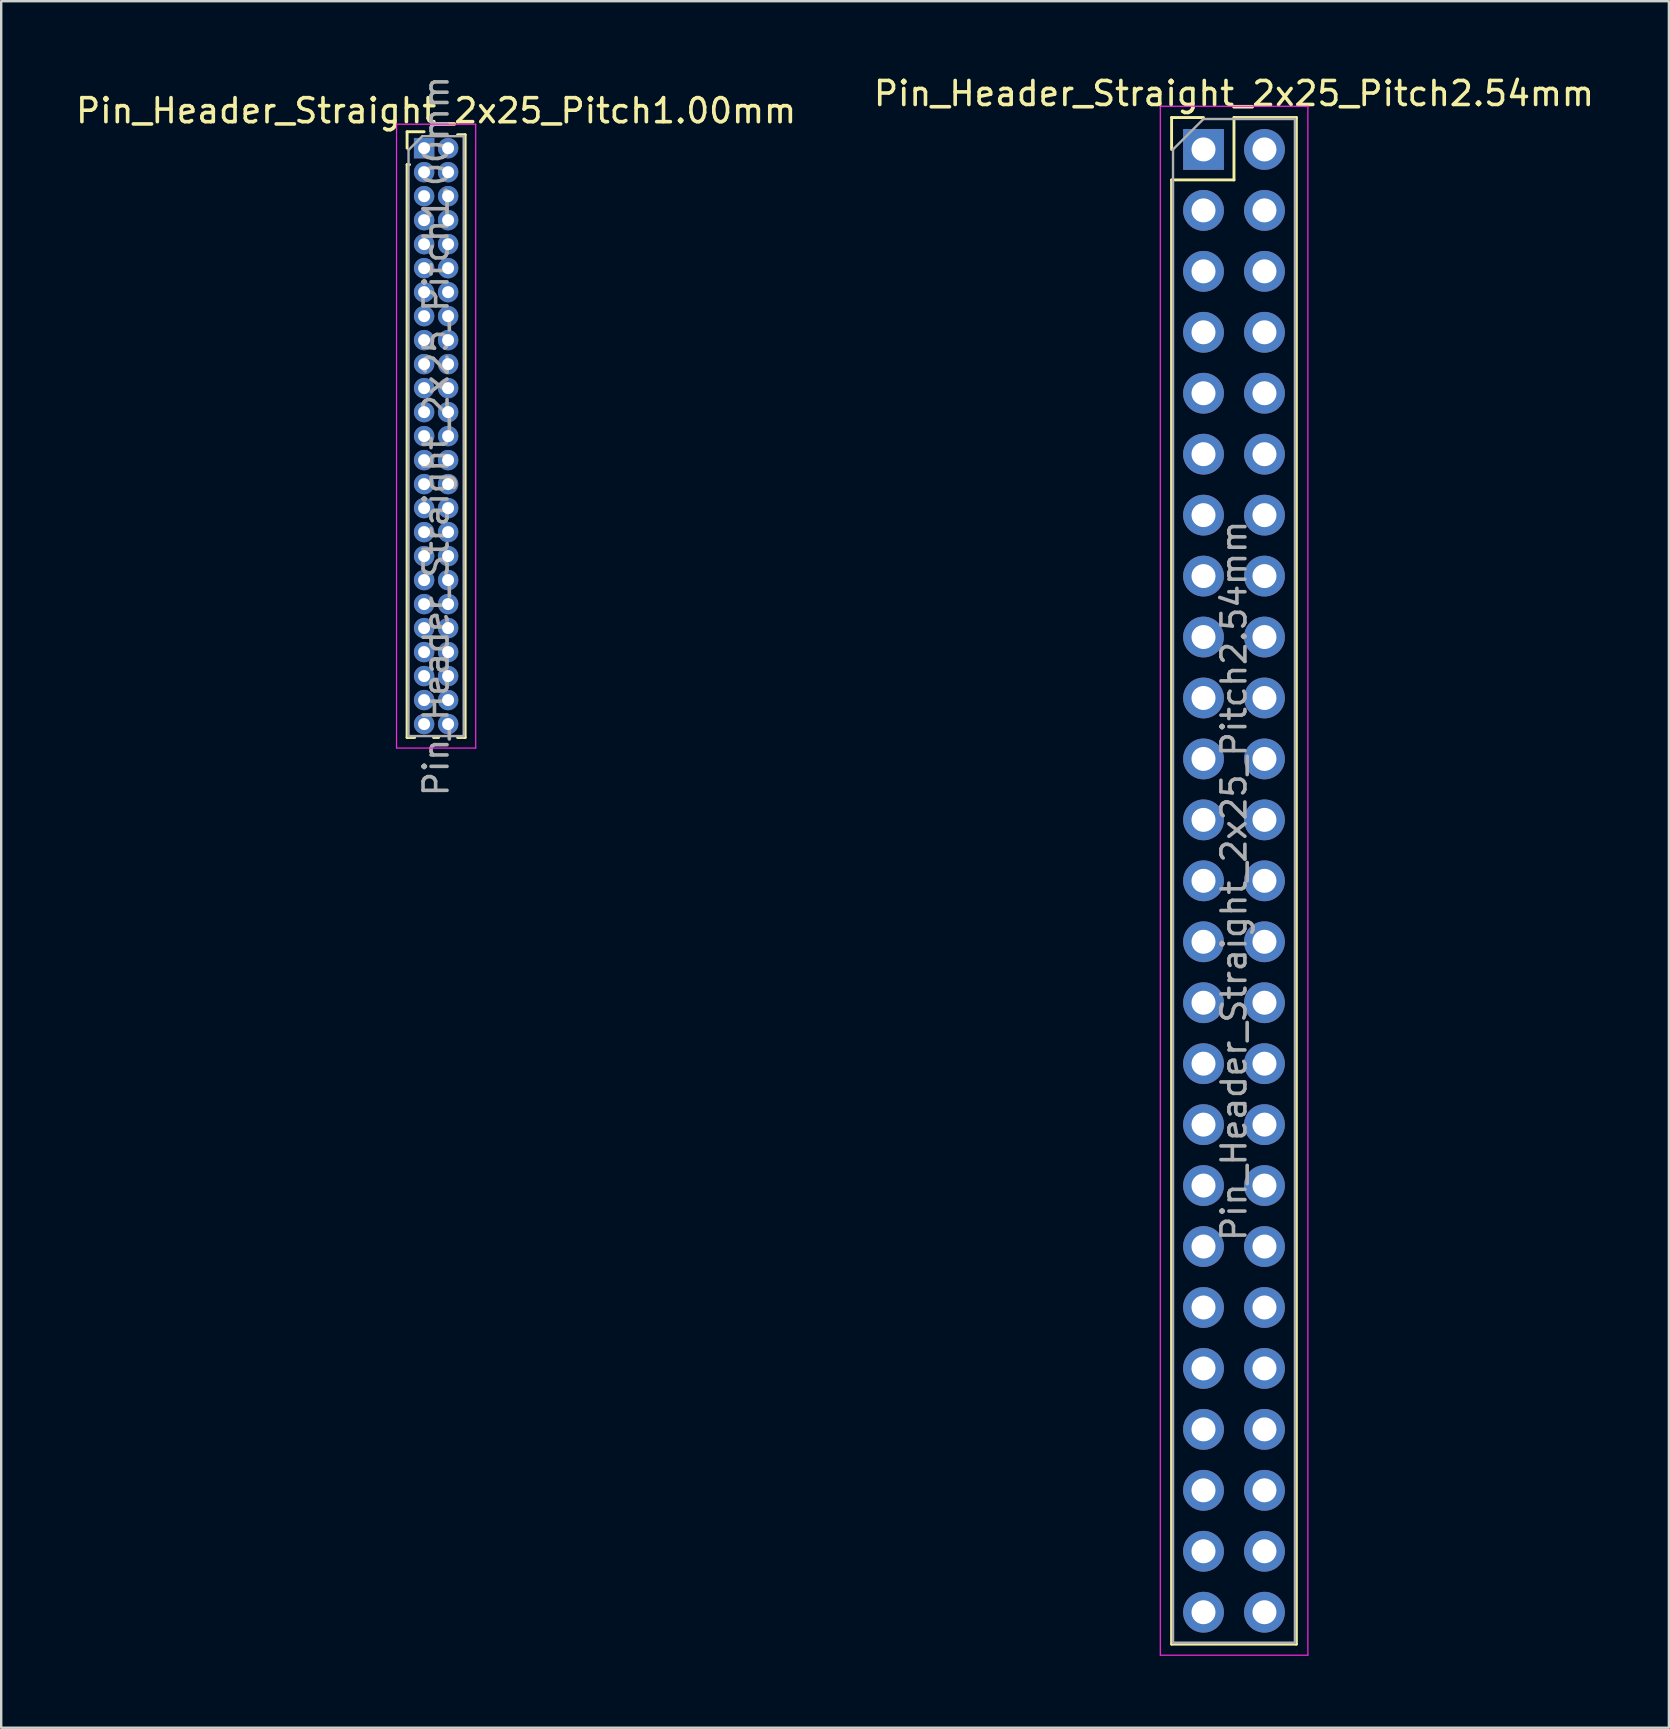
<source format=kicad_pcb>
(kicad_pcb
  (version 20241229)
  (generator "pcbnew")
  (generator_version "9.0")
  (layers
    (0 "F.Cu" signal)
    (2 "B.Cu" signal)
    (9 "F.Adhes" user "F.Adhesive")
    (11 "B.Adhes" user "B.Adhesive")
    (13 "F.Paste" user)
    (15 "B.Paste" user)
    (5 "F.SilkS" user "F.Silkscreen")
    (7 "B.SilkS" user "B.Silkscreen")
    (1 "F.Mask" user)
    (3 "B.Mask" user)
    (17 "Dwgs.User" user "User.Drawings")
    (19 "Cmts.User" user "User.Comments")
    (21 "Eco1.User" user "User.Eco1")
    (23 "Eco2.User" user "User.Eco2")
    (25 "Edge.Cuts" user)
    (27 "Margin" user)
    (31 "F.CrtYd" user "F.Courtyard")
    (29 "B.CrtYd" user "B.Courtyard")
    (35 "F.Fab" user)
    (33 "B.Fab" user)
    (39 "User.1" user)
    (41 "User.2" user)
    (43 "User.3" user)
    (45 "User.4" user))
  (footprint "Pin_Header_Straight_2x25_Pitch1.00mm"
    (layer "F.Cu")
    (at 14.625 3.125)
    (property "Reference" "Pin_Header_Straight_2x25_Pitch1.00mm" (at 0.5 -1.56 0) (layer "F.SilkS") (effects (font (size 1 1) (thickness 0.15))))
    (attr through_hole)
    (fp_line (start -0.71 -0.685) (end 0 -0.685) (stroke (width 0.12) (type solid)) (layer "F.SilkS"))
    (fp_line (start -0.71 0) (end -0.71 -0.685) (stroke (width 0.12) (type solid)) (layer "F.SilkS"))
    (fp_line (start -0.71 0.685) (end -0.71 24.56) (stroke (width 0.12) (type solid)) (layer "F.SilkS"))
    (fp_line (start -0.71 0.685) (end -0.608 0.685) (stroke (width 0.12) (type solid)) (layer "F.SilkS"))
    (fp_line (start -0.71 24.56) (end -0.394 24.56) (stroke (width 0.12) (type solid)) (layer "F.SilkS"))
    (fp_line (start 0.394 24.56) (end 0.606 24.56) (stroke (width 0.12) (type solid)) (layer "F.SilkS"))
    (fp_line (start 1.394 -0.56) (end 1.71 -0.56) (stroke (width 0.12) (type solid)) (layer "F.SilkS"))
    (fp_line (start 1.394 24.56) (end 1.71 24.56) (stroke (width 0.12) (type solid)) (layer "F.SilkS"))
    (fp_line (start 1.71 -0.56) (end 1.71 24.56) (stroke (width 0.12) (type solid)) (layer "F.SilkS"))
    (fp_line (start -1.15 -1) (end -1.15 25) (stroke (width 0.05) (type solid)) (layer "F.CrtYd"))
    (fp_line (start -1.15 25) (end 2.15 25) (stroke (width 0.05) (type solid)) (layer "F.CrtYd"))
    (fp_line (start 2.15 -1) (end -1.15 -1) (stroke (width 0.05) (type solid)) (layer "F.CrtYd"))
    (fp_line (start 2.15 25) (end 2.15 -1) (stroke (width 0.05) (type solid)) (layer "F.CrtYd"))
    (fp_line (start -0.65 0.075) (end -0.075 -0.5) (stroke (width 0.1) (type solid)) (layer "F.Fab"))
    (fp_line (start -0.65 24.5) (end -0.65 0.075) (stroke (width 0.1) (type solid)) (layer "F.Fab"))
    (fp_line (start -0.075 -0.5) (end 1.65 -0.5) (stroke (width 0.1) (type solid)) (layer "F.Fab"))
    (fp_line (start 1.65 -0.5) (end 1.65 24.5) (stroke (width 0.1) (type solid)) (layer "F.Fab"))
    (fp_line (start 1.65 24.5) (end -0.65 24.5) (stroke (width 0.1) (type solid)) (layer "F.Fab"))
    (fp_text user "${REFERENCE}" (at 0.5 12 90) (layer "F.Fab") (effects (font (size 1 1) (thickness 0.15))))
    (pad "1" thru_hole rect (at 0 0) (size 0.85 0.85) (drill 0.5) (layers "*.Cu" "*.Mask"))
    (pad "2" thru_hole oval (at 1 0) (size 0.85 0.85) (drill 0.5) (layers "*.Cu" "*.Mask"))
    (pad "3" thru_hole oval (at 0 1) (size 0.85 0.85) (drill 0.5) (layers "*.Cu" "*.Mask"))
    (pad "4" thru_hole oval (at 1 1) (size 0.85 0.85) (drill 0.5) (layers "*.Cu" "*.Mask"))
    (pad "5" thru_hole oval (at 0 2) (size 0.85 0.85) (drill 0.5) (layers "*.Cu" "*.Mask"))
    (pad "6" thru_hole oval (at 1 2) (size 0.85 0.85) (drill 0.5) (layers "*.Cu" "*.Mask"))
    (pad "7" thru_hole oval (at 0 3) (size 0.85 0.85) (drill 0.5) (layers "*.Cu" "*.Mask"))
    (pad "8" thru_hole oval (at 1 3) (size 0.85 0.85) (drill 0.5) (layers "*.Cu" "*.Mask"))
    (pad "9" thru_hole oval (at 0 4) (size 0.85 0.85) (drill 0.5) (layers "*.Cu" "*.Mask"))
    (pad "10" thru_hole oval (at 1 4) (size 0.85 0.85) (drill 0.5) (layers "*.Cu" "*.Mask"))
    (pad "11" thru_hole oval (at 0 5) (size 0.85 0.85) (drill 0.5) (layers "*.Cu" "*.Mask"))
    (pad "12" thru_hole oval (at 1 5) (size 0.85 0.85) (drill 0.5) (layers "*.Cu" "*.Mask"))
    (pad "13" thru_hole oval (at 0 6) (size 0.85 0.85) (drill 0.5) (layers "*.Cu" "*.Mask"))
    (pad "14" thru_hole oval (at 1 6) (size 0.85 0.85) (drill 0.5) (layers "*.Cu" "*.Mask"))
    (pad "15" thru_hole oval (at 0 7) (size 0.85 0.85) (drill 0.5) (layers "*.Cu" "*.Mask"))
    (pad "16" thru_hole oval (at 1 7) (size 0.85 0.85) (drill 0.5) (layers "*.Cu" "*.Mask"))
    (pad "17" thru_hole oval (at 0 8) (size 0.85 0.85) (drill 0.5) (layers "*.Cu" "*.Mask"))
    (pad "18" thru_hole oval (at 1 8) (size 0.85 0.85) (drill 0.5) (layers "*.Cu" "*.Mask"))
    (pad "19" thru_hole oval (at 0 9) (size 0.85 0.85) (drill 0.5) (layers "*.Cu" "*.Mask"))
    (pad "20" thru_hole oval (at 1 9) (size 0.85 0.85) (drill 0.5) (layers "*.Cu" "*.Mask"))
    (pad "21" thru_hole oval (at 0 10) (size 0.85 0.85) (drill 0.5) (layers "*.Cu" "*.Mask"))
    (pad "22" thru_hole oval (at 1 10) (size 0.85 0.85) (drill 0.5) (layers "*.Cu" "*.Mask"))
    (pad "23" thru_hole oval (at 0 11) (size 0.85 0.85) (drill 0.5) (layers "*.Cu" "*.Mask"))
    (pad "24" thru_hole oval (at 1 11) (size 0.85 0.85) (drill 0.5) (layers "*.Cu" "*.Mask"))
    (pad "25" thru_hole oval (at 0 12) (size 0.85 0.85) (drill 0.5) (layers "*.Cu" "*.Mask"))
    (pad "26" thru_hole oval (at 1 12) (size 0.85 0.85) (drill 0.5) (layers "*.Cu" "*.Mask"))
    (pad "27" thru_hole oval (at 0 13) (size 0.85 0.85) (drill 0.5) (layers "*.Cu" "*.Mask"))
    (pad "28" thru_hole oval (at 1 13) (size 0.85 0.85) (drill 0.5) (layers "*.Cu" "*.Mask"))
    (pad "29" thru_hole oval (at 0 14) (size 0.85 0.85) (drill 0.5) (layers "*.Cu" "*.Mask"))
    (pad "30" thru_hole oval (at 1 14) (size 0.85 0.85) (drill 0.5) (layers "*.Cu" "*.Mask"))
    (pad "31" thru_hole oval (at 0 15) (size 0.85 0.85) (drill 0.5) (layers "*.Cu" "*.Mask"))
    (pad "32" thru_hole oval (at 1 15) (size 0.85 0.85) (drill 0.5) (layers "*.Cu" "*.Mask"))
    (pad "33" thru_hole oval (at 0 16) (size 0.85 0.85) (drill 0.5) (layers "*.Cu" "*.Mask"))
    (pad "34" thru_hole oval (at 1 16) (size 0.85 0.85) (drill 0.5) (layers "*.Cu" "*.Mask"))
    (pad "35" thru_hole oval (at 0 17) (size 0.85 0.85) (drill 0.5) (layers "*.Cu" "*.Mask"))
    (pad "36" thru_hole oval (at 1 17) (size 0.85 0.85) (drill 0.5) (layers "*.Cu" "*.Mask"))
    (pad "37" thru_hole oval (at 0 18) (size 0.85 0.85) (drill 0.5) (layers "*.Cu" "*.Mask"))
    (pad "38" thru_hole oval (at 1 18) (size 0.85 0.85) (drill 0.5) (layers "*.Cu" "*.Mask"))
    (pad "39" thru_hole oval (at 0 19) (size 0.85 0.85) (drill 0.5) (layers "*.Cu" "*.Mask"))
    (pad "40" thru_hole oval (at 1 19) (size 0.85 0.85) (drill 0.5) (layers "*.Cu" "*.Mask"))
    (pad "41" thru_hole oval (at 0 20) (size 0.85 0.85) (drill 0.5) (layers "*.Cu" "*.Mask"))
    (pad "42" thru_hole oval (at 1 20) (size 0.85 0.85) (drill 0.5) (layers "*.Cu" "*.Mask"))
    (pad "43" thru_hole oval (at 0 21) (size 0.85 0.85) (drill 0.5) (layers "*.Cu" "*.Mask"))
    (pad "44" thru_hole oval (at 1 21) (size 0.85 0.85) (drill 0.5) (layers "*.Cu" "*.Mask"))
    (pad "45" thru_hole oval (at 0 22) (size 0.85 0.85) (drill 0.5) (layers "*.Cu" "*.Mask"))
    (pad "46" thru_hole oval (at 1 22) (size 0.85 0.85) (drill 0.5) (layers "*.Cu" "*.Mask"))
    (pad "47" thru_hole oval (at 0 23) (size 0.85 0.85) (drill 0.5) (layers "*.Cu" "*.Mask"))
    (pad "48" thru_hole oval (at 1 23) (size 0.85 0.85) (drill 0.5) (layers "*.Cu" "*.Mask"))
    (pad "49" thru_hole oval (at 0 24) (size 0.85 0.85) (drill 0.5) (layers "*.Cu" "*.Mask"))
    (pad "50" thru_hole oval (at 1 24) (size 0.85 0.85) (drill 0.5) (layers "*.Cu" "*.Mask")))
  (footprint "Pin_Header_Straight_2x25_Pitch2.54mm"
    (layer "F.Cu")
    (at 47.105 3.178)
    (property "Reference" "Pin_Header_Straight_2x25_Pitch2.54mm" (at 1.27 -2.33 0) (layer "F.SilkS") (effects (font (size 1 1) (thickness 0.15))))
    (attr through_hole)
    (fp_line (start -1.33 -1.33) (end 0 -1.33) (stroke (width 0.12) (type solid)) (layer "F.SilkS"))
    (fp_line (start -1.33 0) (end -1.33 -1.33) (stroke (width 0.12) (type solid)) (layer "F.SilkS"))
    (fp_line (start -1.33 1.27) (end -1.33 62.29) (stroke (width 0.12) (type solid)) (layer "F.SilkS"))
    (fp_line (start -1.33 1.27) (end 1.27 1.27) (stroke (width 0.12) (type solid)) (layer "F.SilkS"))
    (fp_line (start -1.33 62.29) (end 3.87 62.29) (stroke (width 0.12) (type solid)) (layer "F.SilkS"))
    (fp_line (start 1.27 -1.33) (end 3.87 -1.33) (stroke (width 0.12) (type solid)) (layer "F.SilkS"))
    (fp_line (start 1.27 1.27) (end 1.27 -1.33) (stroke (width 0.12) (type solid)) (layer "F.SilkS"))
    (fp_line (start 3.87 -1.33) (end 3.87 62.29) (stroke (width 0.12) (type solid)) (layer "F.SilkS"))
    (fp_line (start -1.8 -1.8) (end -1.8 62.75) (stroke (width 0.05) (type solid)) (layer "F.CrtYd"))
    (fp_line (start -1.8 62.75) (end 4.35 62.75) (stroke (width 0.05) (type solid)) (layer "F.CrtYd"))
    (fp_line (start 4.35 -1.8) (end -1.8 -1.8) (stroke (width 0.05) (type solid)) (layer "F.CrtYd"))
    (fp_line (start 4.35 62.75) (end 4.35 -1.8) (stroke (width 0.05) (type solid)) (layer "F.CrtYd"))
    (fp_line (start -1.27 0) (end 0 -1.27) (stroke (width 0.1) (type solid)) (layer "F.Fab"))
    (fp_line (start -1.27 62.23) (end -1.27 0) (stroke (width 0.1) (type solid)) (layer "F.Fab"))
    (fp_line (start 0 -1.27) (end 3.81 -1.27) (stroke (width 0.1) (type solid)) (layer "F.Fab"))
    (fp_line (start 3.81 -1.27) (end 3.81 62.23) (stroke (width 0.1) (type solid)) (layer "F.Fab"))
    (fp_line (start 3.81 62.23) (end -1.27 62.23) (stroke (width 0.1) (type solid)) (layer "F.Fab"))
    (fp_text user "${REFERENCE}" (at 1.27 30.48 90) (layer "F.Fab") (effects (font (size 1 1) (thickness 0.15))))
    (pad "1" thru_hole rect (at 0 0) (size 1.7 1.7) (drill 1) (layers "*.Cu" "*.Mask"))
    (pad "2" thru_hole oval (at 2.54 0) (size 1.7 1.7) (drill 1) (layers "*.Cu" "*.Mask"))
    (pad "3" thru_hole oval (at 0 2.54) (size 1.7 1.7) (drill 1) (layers "*.Cu" "*.Mask"))
    (pad "4" thru_hole oval (at 2.54 2.54) (size 1.7 1.7) (drill 1) (layers "*.Cu" "*.Mask"))
    (pad "5" thru_hole oval (at 0 5.08) (size 1.7 1.7) (drill 1) (layers "*.Cu" "*.Mask"))
    (pad "6" thru_hole oval (at 2.54 5.08) (size 1.7 1.7) (drill 1) (layers "*.Cu" "*.Mask"))
    (pad "7" thru_hole oval (at 0 7.62) (size 1.7 1.7) (drill 1) (layers "*.Cu" "*.Mask"))
    (pad "8" thru_hole oval (at 2.54 7.62) (size 1.7 1.7) (drill 1) (layers "*.Cu" "*.Mask"))
    (pad "9" thru_hole oval (at 0 10.16) (size 1.7 1.7) (drill 1) (layers "*.Cu" "*.Mask"))
    (pad "10" thru_hole oval (at 2.54 10.16) (size 1.7 1.7) (drill 1) (layers "*.Cu" "*.Mask"))
    (pad "11" thru_hole oval (at 0 12.7) (size 1.7 1.7) (drill 1) (layers "*.Cu" "*.Mask"))
    (pad "12" thru_hole oval (at 2.54 12.7) (size 1.7 1.7) (drill 1) (layers "*.Cu" "*.Mask"))
    (pad "13" thru_hole oval (at 0 15.24) (size 1.7 1.7) (drill 1) (layers "*.Cu" "*.Mask"))
    (pad "14" thru_hole oval (at 2.54 15.24) (size 1.7 1.7) (drill 1) (layers "*.Cu" "*.Mask"))
    (pad "15" thru_hole oval (at 0 17.78) (size 1.7 1.7) (drill 1) (layers "*.Cu" "*.Mask"))
    (pad "16" thru_hole oval (at 2.54 17.78) (size 1.7 1.7) (drill 1) (layers "*.Cu" "*.Mask"))
    (pad "17" thru_hole oval (at 0 20.32) (size 1.7 1.7) (drill 1) (layers "*.Cu" "*.Mask"))
    (pad "18" thru_hole oval (at 2.54 20.32) (size 1.7 1.7) (drill 1) (layers "*.Cu" "*.Mask"))
    (pad "19" thru_hole oval (at 0 22.86) (size 1.7 1.7) (drill 1) (layers "*.Cu" "*.Mask"))
    (pad "20" thru_hole oval (at 2.54 22.86) (size 1.7 1.7) (drill 1) (layers "*.Cu" "*.Mask"))
    (pad "21" thru_hole oval (at 0 25.4) (size 1.7 1.7) (drill 1) (layers "*.Cu" "*.Mask"))
    (pad "22" thru_hole oval (at 2.54 25.4) (size 1.7 1.7) (drill 1) (layers "*.Cu" "*.Mask"))
    (pad "23" thru_hole oval (at 0 27.94) (size 1.7 1.7) (drill 1) (layers "*.Cu" "*.Mask"))
    (pad "24" thru_hole oval (at 2.54 27.94) (size 1.7 1.7) (drill 1) (layers "*.Cu" "*.Mask"))
    (pad "25" thru_hole oval (at 0 30.48) (size 1.7 1.7) (drill 1) (layers "*.Cu" "*.Mask"))
    (pad "26" thru_hole oval (at 2.54 30.48) (size 1.7 1.7) (drill 1) (layers "*.Cu" "*.Mask"))
    (pad "27" thru_hole oval (at 0 33.02) (size 1.7 1.7) (drill 1) (layers "*.Cu" "*.Mask"))
    (pad "28" thru_hole oval (at 2.54 33.02) (size 1.7 1.7) (drill 1) (layers "*.Cu" "*.Mask"))
    (pad "29" thru_hole oval (at 0 35.56) (size 1.7 1.7) (drill 1) (layers "*.Cu" "*.Mask"))
    (pad "30" thru_hole oval (at 2.54 35.56) (size 1.7 1.7) (drill 1) (layers "*.Cu" "*.Mask"))
    (pad "31" thru_hole oval (at 0 38.1) (size 1.7 1.7) (drill 1) (layers "*.Cu" "*.Mask"))
    (pad "32" thru_hole oval (at 2.54 38.1) (size 1.7 1.7) (drill 1) (layers "*.Cu" "*.Mask"))
    (pad "33" thru_hole oval (at 0 40.64) (size 1.7 1.7) (drill 1) (layers "*.Cu" "*.Mask"))
    (pad "34" thru_hole oval (at 2.54 40.64) (size 1.7 1.7) (drill 1) (layers "*.Cu" "*.Mask"))
    (pad "35" thru_hole oval (at 0 43.18) (size 1.7 1.7) (drill 1) (layers "*.Cu" "*.Mask"))
    (pad "36" thru_hole oval (at 2.54 43.18) (size 1.7 1.7) (drill 1) (layers "*.Cu" "*.Mask"))
    (pad "37" thru_hole oval (at 0 45.72) (size 1.7 1.7) (drill 1) (layers "*.Cu" "*.Mask"))
    (pad "38" thru_hole oval (at 2.54 45.72) (size 1.7 1.7) (drill 1) (layers "*.Cu" "*.Mask"))
    (pad "39" thru_hole oval (at 0 48.26) (size 1.7 1.7) (drill 1) (layers "*.Cu" "*.Mask"))
    (pad "40" thru_hole oval (at 2.54 48.26) (size 1.7 1.7) (drill 1) (layers "*.Cu" "*.Mask"))
    (pad "41" thru_hole oval (at 0 50.8) (size 1.7 1.7) (drill 1) (layers "*.Cu" "*.Mask"))
    (pad "42" thru_hole oval (at 2.54 50.8) (size 1.7 1.7) (drill 1) (layers "*.Cu" "*.Mask"))
    (pad "43" thru_hole oval (at 0 53.34) (size 1.7 1.7) (drill 1) (layers "*.Cu" "*.Mask"))
    (pad "44" thru_hole oval (at 2.54 53.34) (size 1.7 1.7) (drill 1) (layers "*.Cu" "*.Mask"))
    (pad "45" thru_hole oval (at 0 55.88) (size 1.7 1.7) (drill 1) (layers "*.Cu" "*.Mask"))
    (pad "46" thru_hole oval (at 2.54 55.88) (size 1.7 1.7) (drill 1) (layers "*.Cu" "*.Mask"))
    (pad "47" thru_hole oval (at 0 58.42) (size 1.7 1.7) (drill 1) (layers "*.Cu" "*.Mask"))
    (pad "48" thru_hole oval (at 2.54 58.42) (size 1.7 1.7) (drill 1) (layers "*.Cu" "*.Mask"))
    (pad "49" thru_hole oval (at 0 60.96) (size 1.7 1.7) (drill 1) (layers "*.Cu" "*.Mask"))
    (pad "50" thru_hole oval (at 2.54 60.96) (size 1.7 1.7) (drill 1) (layers "*.Cu" "*.Mask")))
  (gr_rect
    (start -3 -3)
    (end 66.5 68.953)
    (stroke (width 0.1) (type default))
    (fill no)
    (layer "Edge.Cuts")))
</source>
